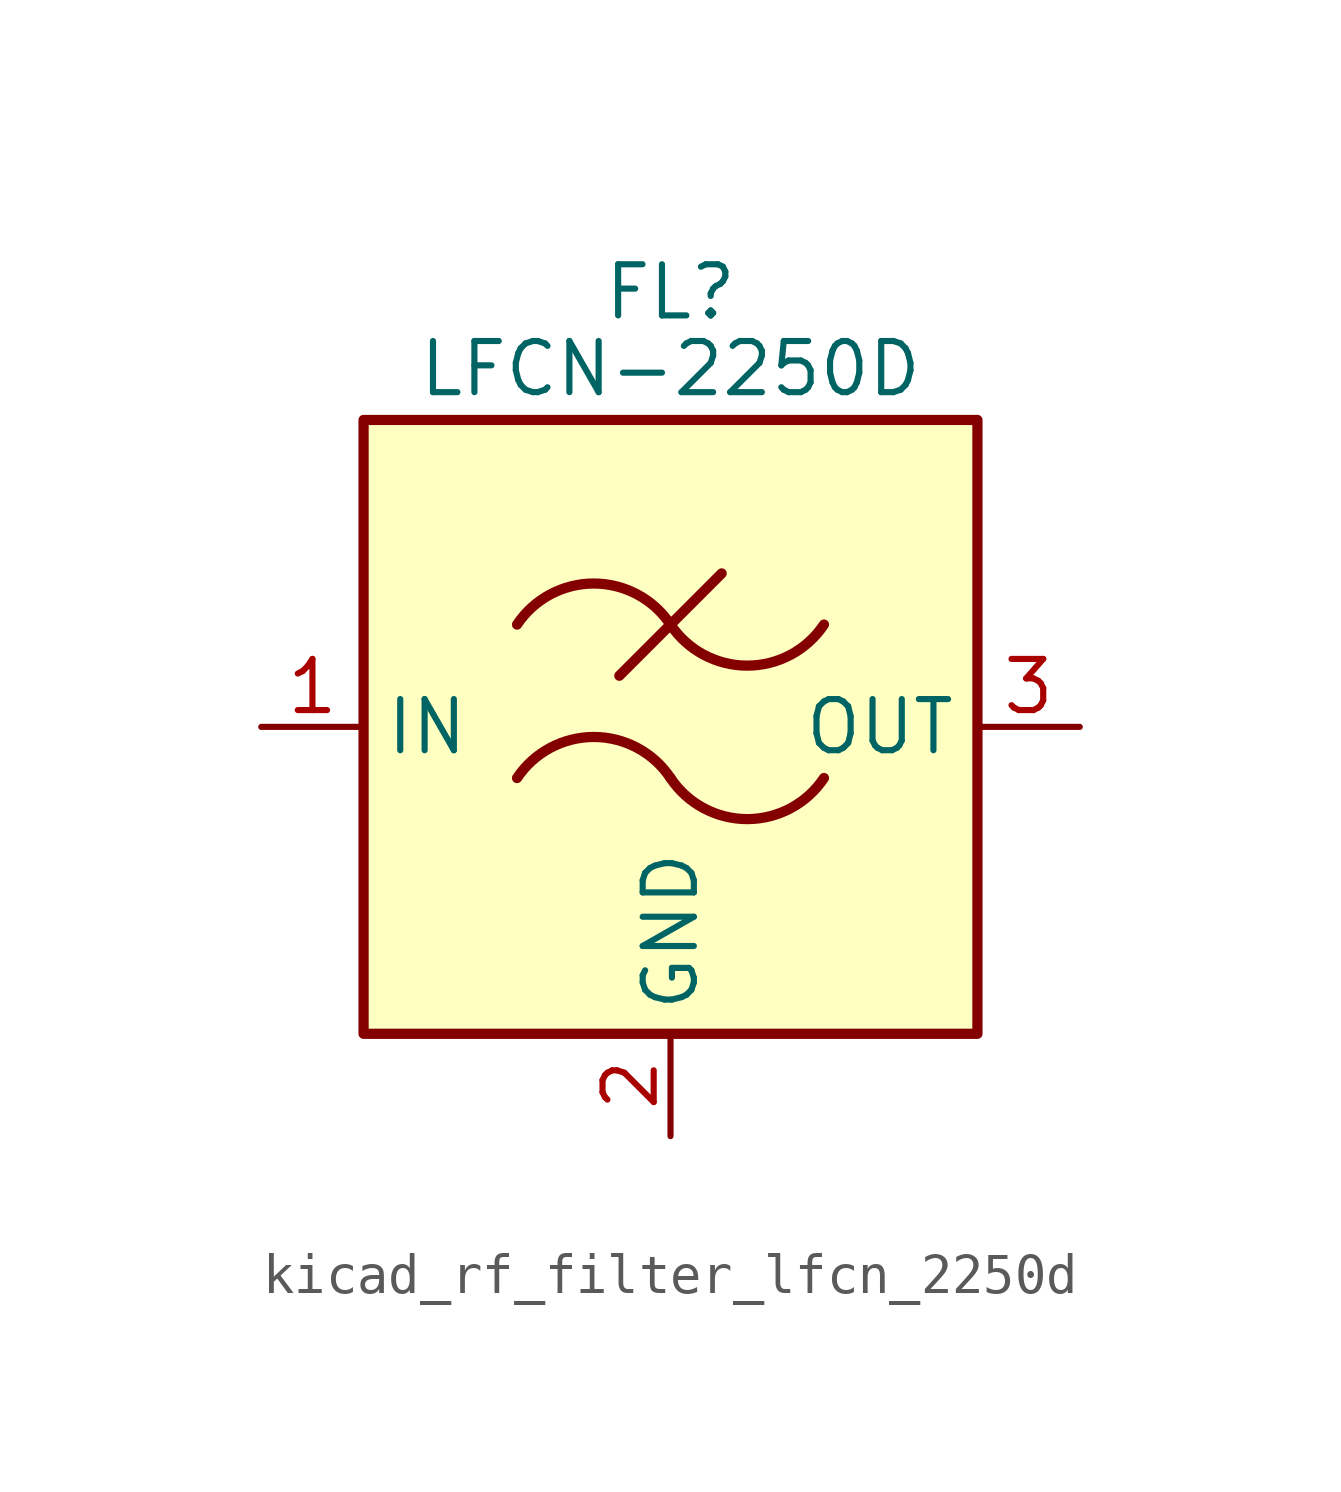
<source format=kicad_sym>
(kicad_symbol_lib
  (version 20220914)
  (generator kicad_symbol_editor)
  (symbol "kicad_rf_filter_lfcn_2250d"
    (property "Reference" "FL"
      (at 0 10.795 0)
      (effects (font (size 1.27 1.27))))
    (property "Value" "LFCN-2250D"
      (at 0 8.89 0)
      (effects (font (size 1.27 1.27))))
    (symbol "kicad_rf_filter_lfcn_2250d_0_1"
      (rectangle (start -7.62 7.62) (end 7.62 -7.62) (stroke (width 0.254) (type default)) (fill (type background)))
      (arc (start 0 -1.27) (mid -1.905 -0.2505) (end -3.81 -1.27) (stroke (width 0.254) (type default)) (fill (type none)))
      (arc (start 0 -1.27) (mid 1.905 -2.2895) (end 3.81 -1.27) (stroke (width 0.254) (type default)) (fill (type none)))
      (polyline (pts (xy -1.27 1.27) (xy 1.27 3.81)) (stroke (width 0.254) (type default)) (fill (type none)))
      (arc (start 0 2.54) (mid -1.905 3.5595) (end -3.81 2.54) (stroke (width 0.254) (type default)) (fill (type none)))
      (arc (start 0 2.54) (mid 1.905 1.5205) (end 3.81 2.54) (stroke (width 0.254) (type default)) (fill (type none))))
    (symbol "kicad_rf_filter_lfcn_2250d_1_1"
      (pin passive line (at -10.16 0 0) (length 2.54) (name "IN" (effects (font (size 1.27 1.27)))) (number "1" (effects (font (size 1.27 1.27)))))
      (pin passive line (at 0 -10.16 90) (length 2.54) (name "GND" (effects (font (size 1.27 1.27)))) (number "2" (effects (font (size 1.27 1.27)))))
      (pin passive line (at 10.16 0 180) (length 2.54) (name "OUT" (effects (font (size 1.27 1.27)))) (number "3" (effects (font (size 1.27 1.27)))))
      (pin passive line (at 0 -10.16 90) (length 2.54) hide (name "GND" (effects (font (size 1.27 1.27)))) (number "4" (effects (font (size 1.27 1.27))))))))
</source>
